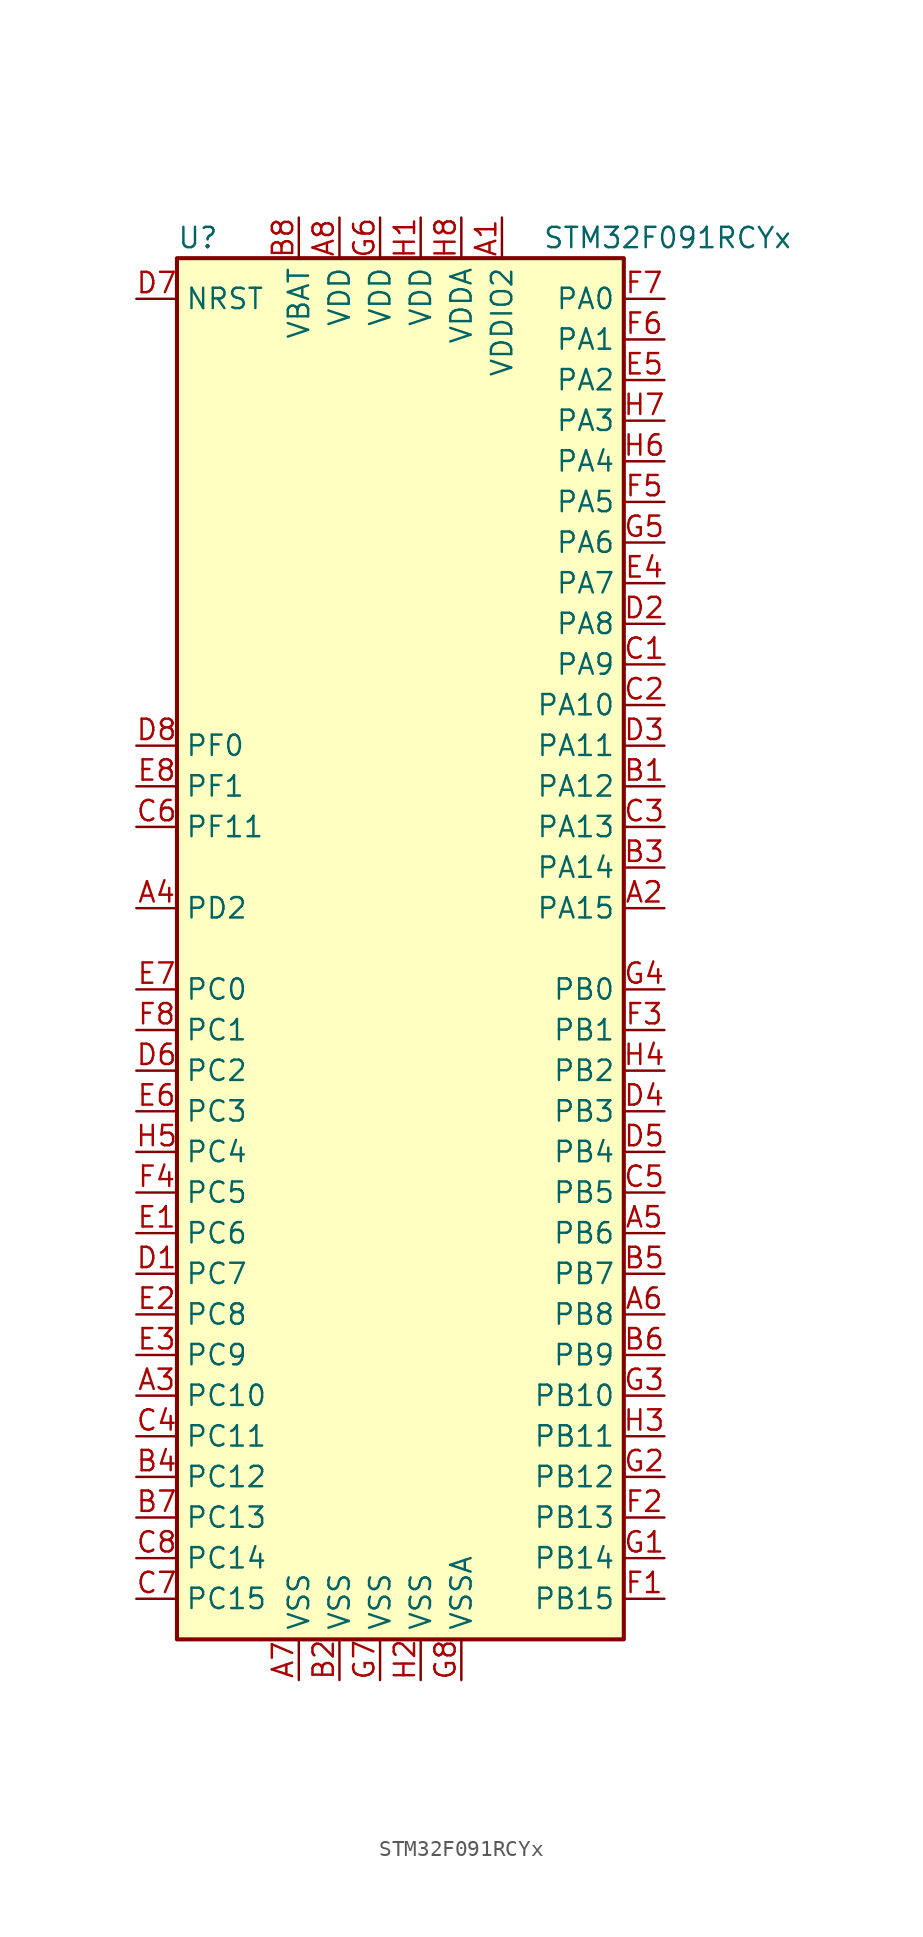
<source format=kicad_sym>
(kicad_symbol_lib
  (version 20201005)
  (generator kicad_symbol_editor)
  (symbol "MCU_ST_STM32F0:STM32F091RCYx"
    (property "Reference" "U"
      (at -15.24 44.45 0)
      (effects (font (size 1.27 1.27)) (justify left)))
    (property "Value" "STM32F091RCYx"
      (at 7.62 44.45 0)
      (effects (font (size 1.27 1.27)) (justify left)))
    (symbol "STM32F091RCYx_0_1"
      (rectangle (start -15.24 -43.18) (end 12.7 43.18) (stroke (width 0.254)) (fill (type background))))
    (symbol "STM32F091RCYx_1_1"
      (pin power_in line (at 5.08 45.72 270) (length 2.54) (name "VDDIO2" (effects (font (size 1.27 1.27)))) (number "A1" (effects (font (size 1.27 1.27)))))
      (pin bidirectional line (at 15.24 2.54 180) (length 2.54) (name "PA15" (effects (font (size 1.27 1.27)))) (number "A2" (effects (font (size 1.27 1.27)))))
      (pin bidirectional line (at -17.78 -27.94 0) (length 2.54) (name "PC10" (effects (font (size 1.27 1.27)))) (number "A3" (effects (font (size 1.27 1.27)))))
      (pin bidirectional line (at -17.78 2.54 0) (length 2.54) (name "PD2" (effects (font (size 1.27 1.27)))) (number "A4" (effects (font (size 1.27 1.27)))))
      (pin bidirectional line (at 15.24 -17.78 180) (length 2.54) (name "PB6" (effects (font (size 1.27 1.27)))) (number "A5" (effects (font (size 1.27 1.27)))))
      (pin bidirectional line (at 15.24 -22.86 180) (length 2.54) (name "PB8" (effects (font (size 1.27 1.27)))) (number "A6" (effects (font (size 1.27 1.27)))))
      (pin power_in line (at -7.62 -45.72 90) (length 2.54) (name "VSS" (effects (font (size 1.27 1.27)))) (number "A7" (effects (font (size 1.27 1.27)))))
      (pin power_in line (at -5.08 45.72 270) (length 2.54) (name "VDD" (effects (font (size 1.27 1.27)))) (number "A8" (effects (font (size 1.27 1.27)))))
      (pin bidirectional line (at 15.24 10.16 180) (length 2.54) (name "PA12" (effects (font (size 1.27 1.27)))) (number "B1" (effects (font (size 1.27 1.27)))))
      (pin power_in line (at -5.08 -45.72 90) (length 2.54) (name "VSS" (effects (font (size 1.27 1.27)))) (number "B2" (effects (font (size 1.27 1.27)))))
      (pin bidirectional line (at 15.24 5.08 180) (length 2.54) (name "PA14" (effects (font (size 1.27 1.27)))) (number "B3" (effects (font (size 1.27 1.27)))))
      (pin bidirectional line (at -17.78 -33.02 0) (length 2.54) (name "PC12" (effects (font (size 1.27 1.27)))) (number "B4" (effects (font (size 1.27 1.27)))))
      (pin bidirectional line (at 15.24 -20.32 180) (length 2.54) (name "PB7" (effects (font (size 1.27 1.27)))) (number "B5" (effects (font (size 1.27 1.27)))))
      (pin bidirectional line (at 15.24 -25.4 180) (length 2.54) (name "PB9" (effects (font (size 1.27 1.27)))) (number "B6" (effects (font (size 1.27 1.27)))))
      (pin bidirectional line (at -17.78 -35.56 0) (length 2.54) (name "PC13" (effects (font (size 1.27 1.27)))) (number "B7" (effects (font (size 1.27 1.27)))))
      (pin power_in line (at -7.62 45.72 270) (length 2.54) (name "VBAT" (effects (font (size 1.27 1.27)))) (number "B8" (effects (font (size 1.27 1.27)))))
      (pin bidirectional line (at 15.24 17.78 180) (length 2.54) (name "PA9" (effects (font (size 1.27 1.27)))) (number "C1" (effects (font (size 1.27 1.27)))))
      (pin bidirectional line (at 15.24 15.24 180) (length 2.54) (name "PA10" (effects (font (size 1.27 1.27)))) (number "C2" (effects (font (size 1.27 1.27)))))
      (pin bidirectional line (at 15.24 7.62 180) (length 2.54) (name "PA13" (effects (font (size 1.27 1.27)))) (number "C3" (effects (font (size 1.27 1.27)))))
      (pin bidirectional line (at -17.78 -30.48 0) (length 2.54) (name "PC11" (effects (font (size 1.27 1.27)))) (number "C4" (effects (font (size 1.27 1.27)))))
      (pin bidirectional line (at 15.24 -15.24 180) (length 2.54) (name "PB5" (effects (font (size 1.27 1.27)))) (number "C5" (effects (font (size 1.27 1.27)))))
      (pin bidirectional line (at -17.78 7.62 0) (length 2.54) (name "PF11" (effects (font (size 1.27 1.27)))) (number "C6" (effects (font (size 1.27 1.27)))))
      (pin bidirectional line (at -17.78 -40.64 0) (length 2.54) (name "PC15" (effects (font (size 1.27 1.27)))) (number "C7" (effects (font (size 1.27 1.27)))))
      (pin bidirectional line (at -17.78 -38.1 0) (length 2.54) (name "PC14" (effects (font (size 1.27 1.27)))) (number "C8" (effects (font (size 1.27 1.27)))))
      (pin bidirectional line (at -17.78 -20.32 0) (length 2.54) (name "PC7" (effects (font (size 1.27 1.27)))) (number "D1" (effects (font (size 1.27 1.27)))))
      (pin bidirectional line (at 15.24 20.32 180) (length 2.54) (name "PA8" (effects (font (size 1.27 1.27)))) (number "D2" (effects (font (size 1.27 1.27)))))
      (pin bidirectional line (at 15.24 12.7 180) (length 2.54) (name "PA11" (effects (font (size 1.27 1.27)))) (number "D3" (effects (font (size 1.27 1.27)))))
      (pin bidirectional line (at 15.24 -10.16 180) (length 2.54) (name "PB3" (effects (font (size 1.27 1.27)))) (number "D4" (effects (font (size 1.27 1.27)))))
      (pin bidirectional line (at 15.24 -12.7 180) (length 2.54) (name "PB4" (effects (font (size 1.27 1.27)))) (number "D5" (effects (font (size 1.27 1.27)))))
      (pin bidirectional line (at -17.78 -7.62 0) (length 2.54) (name "PC2" (effects (font (size 1.27 1.27)))) (number "D6" (effects (font (size 1.27 1.27)))))
      (pin input line (at -17.78 40.64 0) (length 2.54) (name "NRST" (effects (font (size 1.27 1.27)))) (number "D7" (effects (font (size 1.27 1.27)))))
      (pin input line (at -17.78 12.7 0) (length 2.54) (name "PF0" (effects (font (size 1.27 1.27)))) (number "D8" (effects (font (size 1.27 1.27)))))
      (pin bidirectional line (at -17.78 -17.78 0) (length 2.54) (name "PC6" (effects (font (size 1.27 1.27)))) (number "E1" (effects (font (size 1.27 1.27)))))
      (pin bidirectional line (at -17.78 -22.86 0) (length 2.54) (name "PC8" (effects (font (size 1.27 1.27)))) (number "E2" (effects (font (size 1.27 1.27)))))
      (pin bidirectional line (at -17.78 -25.4 0) (length 2.54) (name "PC9" (effects (font (size 1.27 1.27)))) (number "E3" (effects (font (size 1.27 1.27)))))
      (pin bidirectional line (at 15.24 22.86 180) (length 2.54) (name "PA7" (effects (font (size 1.27 1.27)))) (number "E4" (effects (font (size 1.27 1.27)))))
      (pin bidirectional line (at 15.24 35.56 180) (length 2.54) (name "PA2" (effects (font (size 1.27 1.27)))) (number "E5" (effects (font (size 1.27 1.27)))))
      (pin bidirectional line (at -17.78 -10.16 0) (length 2.54) (name "PC3" (effects (font (size 1.27 1.27)))) (number "E6" (effects (font (size 1.27 1.27)))))
      (pin bidirectional line (at -17.78 -2.54 0) (length 2.54) (name "PC0" (effects (font (size 1.27 1.27)))) (number "E7" (effects (font (size 1.27 1.27)))))
      (pin input line (at -17.78 10.16 0) (length 2.54) (name "PF1" (effects (font (size 1.27 1.27)))) (number "E8" (effects (font (size 1.27 1.27)))))
      (pin bidirectional line (at 15.24 -40.64 180) (length 2.54) (name "PB15" (effects (font (size 1.27 1.27)))) (number "F1" (effects (font (size 1.27 1.27)))))
      (pin bidirectional line (at 15.24 -35.56 180) (length 2.54) (name "PB13" (effects (font (size 1.27 1.27)))) (number "F2" (effects (font (size 1.27 1.27)))))
      (pin bidirectional line (at 15.24 -5.08 180) (length 2.54) (name "PB1" (effects (font (size 1.27 1.27)))) (number "F3" (effects (font (size 1.27 1.27)))))
      (pin bidirectional line (at -17.78 -15.24 0) (length 2.54) (name "PC5" (effects (font (size 1.27 1.27)))) (number "F4" (effects (font (size 1.27 1.27)))))
      (pin bidirectional line (at 15.24 27.94 180) (length 2.54) (name "PA5" (effects (font (size 1.27 1.27)))) (number "F5" (effects (font (size 1.27 1.27)))))
      (pin bidirectional line (at 15.24 38.1 180) (length 2.54) (name "PA1" (effects (font (size 1.27 1.27)))) (number "F6" (effects (font (size 1.27 1.27)))))
      (pin bidirectional line (at 15.24 40.64 180) (length 2.54) (name "PA0" (effects (font (size 1.27 1.27)))) (number "F7" (effects (font (size 1.27 1.27)))))
      (pin bidirectional line (at -17.78 -5.08 0) (length 2.54) (name "PC1" (effects (font (size 1.27 1.27)))) (number "F8" (effects (font (size 1.27 1.27)))))
      (pin bidirectional line (at 15.24 -38.1 180) (length 2.54) (name "PB14" (effects (font (size 1.27 1.27)))) (number "G1" (effects (font (size 1.27 1.27)))))
      (pin bidirectional line (at 15.24 -33.02 180) (length 2.54) (name "PB12" (effects (font (size 1.27 1.27)))) (number "G2" (effects (font (size 1.27 1.27)))))
      (pin bidirectional line (at 15.24 -27.94 180) (length 2.54) (name "PB10" (effects (font (size 1.27 1.27)))) (number "G3" (effects (font (size 1.27 1.27)))))
      (pin bidirectional line (at 15.24 -2.54 180) (length 2.54) (name "PB0" (effects (font (size 1.27 1.27)))) (number "G4" (effects (font (size 1.27 1.27)))))
      (pin bidirectional line (at 15.24 25.4 180) (length 2.54) (name "PA6" (effects (font (size 1.27 1.27)))) (number "G5" (effects (font (size 1.27 1.27)))))
      (pin power_in line (at -2.54 45.72 270) (length 2.54) (name "VDD" (effects (font (size 1.27 1.27)))) (number "G6" (effects (font (size 1.27 1.27)))))
      (pin power_in line (at -2.54 -45.72 90) (length 2.54) (name "VSS" (effects (font (size 1.27 1.27)))) (number "G7" (effects (font (size 1.27 1.27)))))
      (pin power_in line (at 2.54 -45.72 90) (length 2.54) (name "VSSA" (effects (font (size 1.27 1.27)))) (number "G8" (effects (font (size 1.27 1.27)))))
      (pin power_in line (at 0 45.72 270) (length 2.54) (name "VDD" (effects (font (size 1.27 1.27)))) (number "H1" (effects (font (size 1.27 1.27)))))
      (pin power_in line (at 0 -45.72 90) (length 2.54) (name "VSS" (effects (font (size 1.27 1.27)))) (number "H2" (effects (font (size 1.27 1.27)))))
      (pin bidirectional line (at 15.24 -30.48 180) (length 2.54) (name "PB11" (effects (font (size 1.27 1.27)))) (number "H3" (effects (font (size 1.27 1.27)))))
      (pin bidirectional line (at 15.24 -7.62 180) (length 2.54) (name "PB2" (effects (font (size 1.27 1.27)))) (number "H4" (effects (font (size 1.27 1.27)))))
      (pin bidirectional line (at -17.78 -12.7 0) (length 2.54) (name "PC4" (effects (font (size 1.27 1.27)))) (number "H5" (effects (font (size 1.27 1.27)))))
      (pin bidirectional line (at 15.24 30.48 180) (length 2.54) (name "PA4" (effects (font (size 1.27 1.27)))) (number "H6" (effects (font (size 1.27 1.27)))))
      (pin bidirectional line (at 15.24 33.02 180) (length 2.54) (name "PA3" (effects (font (size 1.27 1.27)))) (number "H7" (effects (font (size 1.27 1.27)))))
      (pin power_in line (at 2.54 45.72 270) (length 2.54) (name "VDDA" (effects (font (size 1.27 1.27)))) (number "H8" (effects (font (size 1.27 1.27))))))))
</source>
